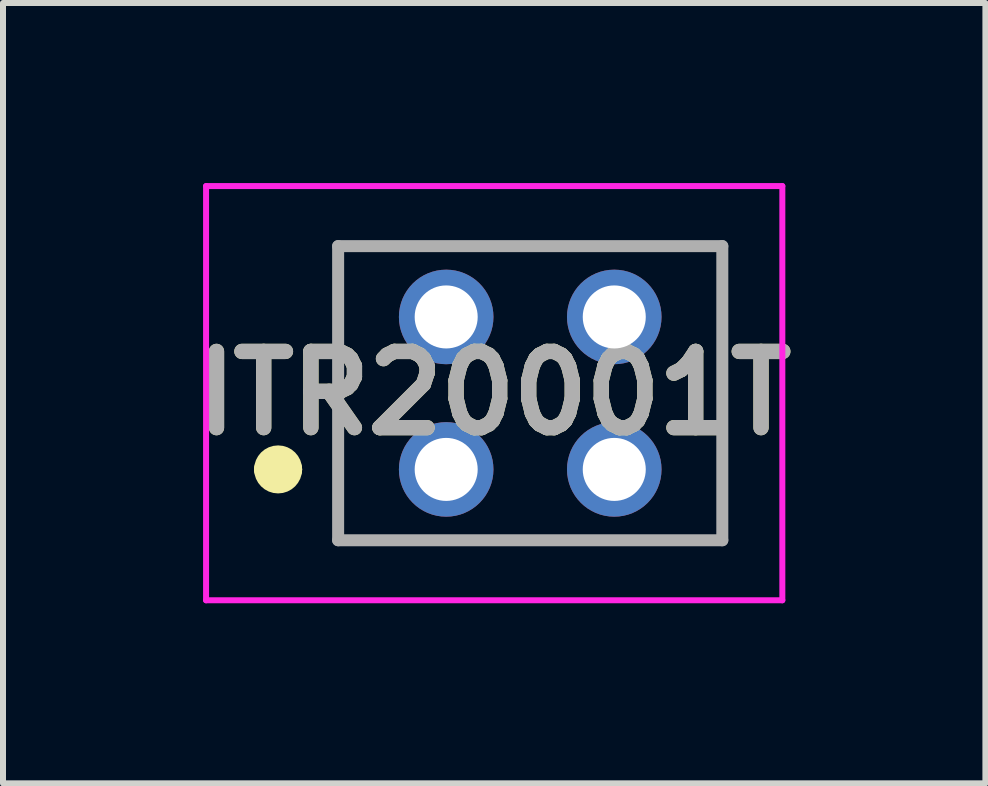
<source format=kicad_pcb>
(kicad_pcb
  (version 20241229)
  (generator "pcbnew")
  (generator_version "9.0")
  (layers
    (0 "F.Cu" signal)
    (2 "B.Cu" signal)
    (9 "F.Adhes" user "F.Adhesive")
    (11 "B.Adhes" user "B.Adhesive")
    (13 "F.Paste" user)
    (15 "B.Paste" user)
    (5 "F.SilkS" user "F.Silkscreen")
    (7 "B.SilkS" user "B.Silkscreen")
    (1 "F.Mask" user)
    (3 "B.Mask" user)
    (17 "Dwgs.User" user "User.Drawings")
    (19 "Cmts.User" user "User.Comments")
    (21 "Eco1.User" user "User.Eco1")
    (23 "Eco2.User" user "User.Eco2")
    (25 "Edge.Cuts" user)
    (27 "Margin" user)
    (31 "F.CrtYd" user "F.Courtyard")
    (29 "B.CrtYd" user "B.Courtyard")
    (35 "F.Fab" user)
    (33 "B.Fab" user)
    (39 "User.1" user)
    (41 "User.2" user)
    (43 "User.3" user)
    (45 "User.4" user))
  (footprint "ITR20001T"
    (layer "F.Cu")
    (at 4.383 4.77)
    (property "Reference" "ITR20001T" (at 0.8 -1.27 0) (layer "F.SilkS") (effects (font (size 1.27 1.27) (thickness 0.254))))
    (attr through_hole)
    (fp_line (start -3 0) (end -3 0) (stroke (width 0.4) (type solid)) (layer "F.SilkS"))
    (fp_line (start -2.6 0) (end -2.6 0) (stroke (width 0.4) (type solid)) (layer "F.SilkS"))
    (fp_line (start -1.8 -3.72) (end 4.6 -3.72) (stroke (width 0.1) (type solid)) (layer "F.SilkS"))
    (fp_line (start -1.8 1.18) (end -1.8 -3.72) (stroke (width 0.1) (type solid)) (layer "F.SilkS"))
    (fp_line (start 4.6 -3.72) (end 4.6 1.18) (stroke (width 0.1) (type solid)) (layer "F.SilkS"))
    (fp_line (start 4.6 1.18) (end -1.8 1.18) (stroke (width 0.1) (type solid)) (layer "F.SilkS"))
    (fp_arc (start -3 0) (mid -2.8 -0.2) (end -2.6 0) (stroke (width 0.4) (type solid)) (layer "F.SilkS"))
    (fp_arc (start -2.6 0) (mid -2.8 0.2) (end -3 0) (stroke (width 0.4) (type solid)) (layer "F.SilkS"))
    (fp_line (start -4 -4.72) (end 5.6 -4.72) (stroke (width 0.1) (type solid)) (layer "F.CrtYd"))
    (fp_line (start -4 2.18) (end -4 -4.72) (stroke (width 0.1) (type solid)) (layer "F.CrtYd"))
    (fp_line (start 5.6 -4.72) (end 5.6 2.18) (stroke (width 0.1) (type solid)) (layer "F.CrtYd"))
    (fp_line (start 5.6 2.18) (end -4 2.18) (stroke (width 0.1) (type solid)) (layer "F.CrtYd"))
    (fp_line (start -1.8 -3.72) (end 4.6 -3.72) (stroke (width 0.2) (type solid)) (layer "F.Fab"))
    (fp_line (start -1.8 1.18) (end -1.8 -3.72) (stroke (width 0.2) (type solid)) (layer "F.Fab"))
    (fp_line (start 4.6 -3.72) (end 4.6 1.18) (stroke (width 0.2) (type solid)) (layer "F.Fab"))
    (fp_line (start 4.6 1.18) (end -1.8 1.18) (stroke (width 0.2) (type solid)) (layer "F.Fab"))
    (fp_text user "${REFERENCE}" (at 0.8 -1.27 0) (layer "F.Fab") (effects (font (size 1.27 1.27) (thickness 0.254))))
    (pad "1" thru_hole circle (at 0 0) (size 1.575 1.575) (drill 1.05) (layers "*.Cu" "*.Mask"))
    (pad "2" thru_hole circle (at 0 -2.54) (size 1.575 1.575) (drill 1.05) (layers "*.Cu" "*.Mask"))
    (pad "3" thru_hole circle (at 2.8 -2.54) (size 1.575 1.575) (drill 1.05) (layers "*.Cu" "*.Mask"))
    (pad "4" thru_hole circle (at 2.8 0) (size 1.575 1.575) (drill 1.05) (layers "*.Cu" "*.Mask")))
  (gr_rect
    (start -3 -3)
    (end 13.366 10)
    (stroke (width 0.1) (type default))
    (fill no)
    (layer "Edge.Cuts")))
</source>
